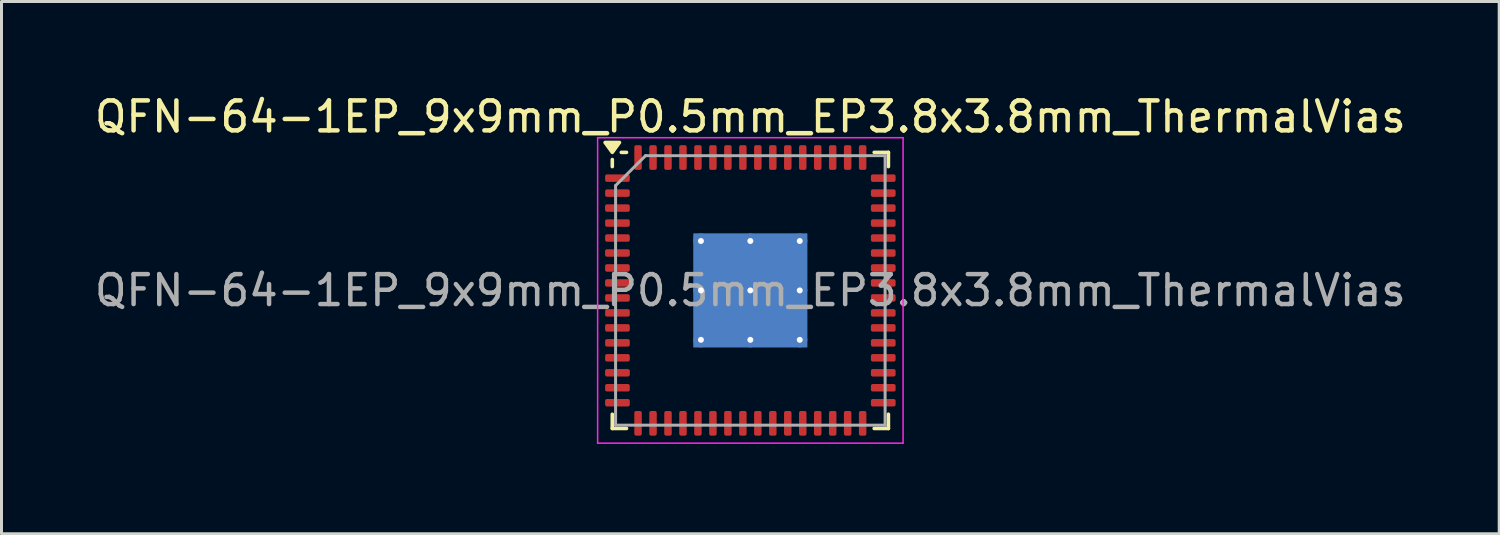
<source format=kicad_pcb>
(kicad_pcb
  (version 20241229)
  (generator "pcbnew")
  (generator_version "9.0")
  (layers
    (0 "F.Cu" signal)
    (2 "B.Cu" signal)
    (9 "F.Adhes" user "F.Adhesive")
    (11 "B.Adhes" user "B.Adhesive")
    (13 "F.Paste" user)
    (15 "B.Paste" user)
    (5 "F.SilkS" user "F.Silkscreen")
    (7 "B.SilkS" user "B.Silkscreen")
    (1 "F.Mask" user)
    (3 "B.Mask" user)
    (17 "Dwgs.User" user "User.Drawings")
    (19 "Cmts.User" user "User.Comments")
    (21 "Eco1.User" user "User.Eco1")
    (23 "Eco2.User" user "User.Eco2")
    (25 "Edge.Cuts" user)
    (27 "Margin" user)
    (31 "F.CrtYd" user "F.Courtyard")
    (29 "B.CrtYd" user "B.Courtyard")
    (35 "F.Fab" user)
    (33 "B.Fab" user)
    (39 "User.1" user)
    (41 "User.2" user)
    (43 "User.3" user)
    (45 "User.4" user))
  (footprint "QFN-64-1EP_9x9mm_P0.5mm_EP3.8x3.8mm_ThermalVias"
    (layer "F.Cu")
    (at 22.006 6.648)
    (property "Reference" "QFN-64-1EP_9x9mm_P0.5mm_EP3.8x3.8mm_ThermalVias" (at 0 -5.8 0) (layer "F.SilkS") (effects (font (size 1 1) (thickness 0.15))))
    (attr smd)
    (fp_line (start -4.61 -4.135) (end -4.61 -4.37) (stroke (width 0.12) (type solid)) (layer "F.SilkS"))
    (fp_line (start -4.61 4.61) (end -4.61 4.135) (stroke (width 0.12) (type solid)) (layer "F.SilkS"))
    (fp_line (start -4.135 -4.61) (end -4.31 -4.61) (stroke (width 0.12) (type solid)) (layer "F.SilkS"))
    (fp_line (start -4.135 4.61) (end -4.61 4.61) (stroke (width 0.12) (type solid)) (layer "F.SilkS"))
    (fp_line (start 4.135 -4.61) (end 4.61 -4.61) (stroke (width 0.12) (type solid)) (layer "F.SilkS"))
    (fp_line (start 4.135 4.61) (end 4.61 4.61) (stroke (width 0.12) (type solid)) (layer "F.SilkS"))
    (fp_line (start 4.61 -4.61) (end 4.61 -4.135) (stroke (width 0.12) (type solid)) (layer "F.SilkS"))
    (fp_line (start 4.61 4.61) (end 4.61 4.135) (stroke (width 0.12) (type solid)) (layer "F.SilkS"))
    (fp_poly (pts (xy -4.61 -4.61) (xy -4.85 -4.94) (xy -4.37 -4.94) (xy -4.61 -4.61)) (stroke (width 0.12) (type solid)) (fill yes) (layer "F.SilkS"))
    (fp_line (start -5.1 -5.1) (end -5.1 5.1) (stroke (width 0.05) (type solid)) (layer "F.CrtYd"))
    (fp_line (start -5.1 5.1) (end 5.1 5.1) (stroke (width 0.05) (type solid)) (layer "F.CrtYd"))
    (fp_line (start 5.1 -5.1) (end -5.1 -5.1) (stroke (width 0.05) (type solid)) (layer "F.CrtYd"))
    (fp_line (start 5.1 5.1) (end 5.1 -5.1) (stroke (width 0.05) (type solid)) (layer "F.CrtYd"))
    (fp_line (start -4.5 -3.5) (end -3.5 -4.5) (stroke (width 0.1) (type solid)) (layer "F.Fab"))
    (fp_line (start -4.5 4.5) (end -4.5 -3.5) (stroke (width 0.1) (type solid)) (layer "F.Fab"))
    (fp_line (start -3.5 -4.5) (end 4.5 -4.5) (stroke (width 0.1) (type solid)) (layer "F.Fab"))
    (fp_line (start 4.5 -4.5) (end 4.5 4.5) (stroke (width 0.1) (type solid)) (layer "F.Fab"))
    (fp_line (start 4.5 4.5) (end -4.5 4.5) (stroke (width 0.1) (type solid)) (layer "F.Fab"))
    (fp_text user "${REFERENCE}" (at 0 0 0) (layer "F.Fab") (effects (font (size 1 1) (thickness 0.15))))
    (pad "" smd custom (at -0.825 -0.825) (size 1.415 1.415) (layers "F.Paste") (options (anchor circle)) (primitives (gr_poly (pts (xy -0.649 -0.553) (xy -0.553 -0.649) (xy 0.553 -0.649) (xy 0.649 -0.553) (xy 0.649 0.553) (xy 0.553 0.649) (xy -0.553 0.649) (xy -0.649 0.553)) (width 0.233) (fill yes))))
    (pad "" smd custom (at -0.825 0.825) (size 1.415 1.415) (layers "F.Paste") (options (anchor circle)) (primitives (gr_poly (pts (xy -0.649 -0.553) (xy -0.553 -0.649) (xy 0.553 -0.649) (xy 0.649 -0.553) (xy 0.649 0.553) (xy 0.553 0.649) (xy -0.553 0.649) (xy -0.649 0.553)) (width 0.233) (fill yes))))
    (pad "" smd custom (at 0.825 -0.825) (size 1.415 1.415) (layers "F.Paste") (options (anchor circle)) (primitives (gr_poly (pts (xy -0.649 -0.553) (xy -0.553 -0.649) (xy 0.553 -0.649) (xy 0.649 -0.553) (xy 0.649 0.553) (xy 0.553 0.649) (xy -0.553 0.649) (xy -0.649 0.553)) (width 0.233) (fill yes))))
    (pad "" smd custom (at 0.825 0.825) (size 1.415 1.415) (layers "F.Paste") (options (anchor circle)) (primitives (gr_poly (pts (xy -0.649 -0.553) (xy -0.553 -0.649) (xy 0.553 -0.649) (xy 0.649 -0.553) (xy 0.649 0.553) (xy 0.553 0.649) (xy -0.553 0.649) (xy -0.649 0.553)) (width 0.233) (fill yes))))
    (pad "1" smd roundrect (at -4.438 -3.75) (size 0.825 0.25) (layers "F.Cu" "F.Mask" "F.Paste") (roundrect_rratio 0.25))
    (pad "2" smd roundrect (at -4.438 -3.25) (size 0.825 0.25) (layers "F.Cu" "F.Mask" "F.Paste") (roundrect_rratio 0.25))
    (pad "3" smd roundrect (at -4.438 -2.75) (size 0.825 0.25) (layers "F.Cu" "F.Mask" "F.Paste") (roundrect_rratio 0.25))
    (pad "4" smd roundrect (at -4.438 -2.25) (size 0.825 0.25) (layers "F.Cu" "F.Mask" "F.Paste") (roundrect_rratio 0.25))
    (pad "5" smd roundrect (at -4.438 -1.75) (size 0.825 0.25) (layers "F.Cu" "F.Mask" "F.Paste") (roundrect_rratio 0.25))
    (pad "6" smd roundrect (at -4.438 -1.25) (size 0.825 0.25) (layers "F.Cu" "F.Mask" "F.Paste") (roundrect_rratio 0.25))
    (pad "7" smd roundrect (at -4.438 -0.75) (size 0.825 0.25) (layers "F.Cu" "F.Mask" "F.Paste") (roundrect_rratio 0.25))
    (pad "8" smd roundrect (at -4.438 -0.25) (size 0.825 0.25) (layers "F.Cu" "F.Mask" "F.Paste") (roundrect_rratio 0.25))
    (pad "9" smd roundrect (at -4.438 0.25) (size 0.825 0.25) (layers "F.Cu" "F.Mask" "F.Paste") (roundrect_rratio 0.25))
    (pad "10" smd roundrect (at -4.438 0.75) (size 0.825 0.25) (layers "F.Cu" "F.Mask" "F.Paste") (roundrect_rratio 0.25))
    (pad "11" smd roundrect (at -4.438 1.25) (size 0.825 0.25) (layers "F.Cu" "F.Mask" "F.Paste") (roundrect_rratio 0.25))
    (pad "12" smd roundrect (at -4.438 1.75) (size 0.825 0.25) (layers "F.Cu" "F.Mask" "F.Paste") (roundrect_rratio 0.25))
    (pad "13" smd roundrect (at -4.438 2.25) (size 0.825 0.25) (layers "F.Cu" "F.Mask" "F.Paste") (roundrect_rratio 0.25))
    (pad "14" smd roundrect (at -4.438 2.75) (size 0.825 0.25) (layers "F.Cu" "F.Mask" "F.Paste") (roundrect_rratio 0.25))
    (pad "15" smd roundrect (at -4.438 3.25) (size 0.825 0.25) (layers "F.Cu" "F.Mask" "F.Paste") (roundrect_rratio 0.25))
    (pad "16" smd roundrect (at -4.438 3.75) (size 0.825 0.25) (layers "F.Cu" "F.Mask" "F.Paste") (roundrect_rratio 0.25))
    (pad "17" smd roundrect (at -3.75 4.438) (size 0.25 0.825) (layers "F.Cu" "F.Mask" "F.Paste") (roundrect_rratio 0.25))
    (pad "18" smd roundrect (at -3.25 4.438) (size 0.25 0.825) (layers "F.Cu" "F.Mask" "F.Paste") (roundrect_rratio 0.25))
    (pad "19" smd roundrect (at -2.75 4.438) (size 0.25 0.825) (layers "F.Cu" "F.Mask" "F.Paste") (roundrect_rratio 0.25))
    (pad "20" smd roundrect (at -2.25 4.438) (size 0.25 0.825) (layers "F.Cu" "F.Mask" "F.Paste") (roundrect_rratio 0.25))
    (pad "21" smd roundrect (at -1.75 4.438) (size 0.25 0.825) (layers "F.Cu" "F.Mask" "F.Paste") (roundrect_rratio 0.25))
    (pad "22" smd roundrect (at -1.25 4.438) (size 0.25 0.825) (layers "F.Cu" "F.Mask" "F.Paste") (roundrect_rratio 0.25))
    (pad "23" smd roundrect (at -0.75 4.438) (size 0.25 0.825) (layers "F.Cu" "F.Mask" "F.Paste") (roundrect_rratio 0.25))
    (pad "24" smd roundrect (at -0.25 4.438) (size 0.25 0.825) (layers "F.Cu" "F.Mask" "F.Paste") (roundrect_rratio 0.25))
    (pad "25" smd roundrect (at 0.25 4.438) (size 0.25 0.825) (layers "F.Cu" "F.Mask" "F.Paste") (roundrect_rratio 0.25))
    (pad "26" smd roundrect (at 0.75 4.438) (size 0.25 0.825) (layers "F.Cu" "F.Mask" "F.Paste") (roundrect_rratio 0.25))
    (pad "27" smd roundrect (at 1.25 4.438) (size 0.25 0.825) (layers "F.Cu" "F.Mask" "F.Paste") (roundrect_rratio 0.25))
    (pad "28" smd roundrect (at 1.75 4.438) (size 0.25 0.825) (layers "F.Cu" "F.Mask" "F.Paste") (roundrect_rratio 0.25))
    (pad "29" smd roundrect (at 2.25 4.438) (size 0.25 0.825) (layers "F.Cu" "F.Mask" "F.Paste") (roundrect_rratio 0.25))
    (pad "30" smd roundrect (at 2.75 4.438) (size 0.25 0.825) (layers "F.Cu" "F.Mask" "F.Paste") (roundrect_rratio 0.25))
    (pad "31" smd roundrect (at 3.25 4.438) (size 0.25 0.825) (layers "F.Cu" "F.Mask" "F.Paste") (roundrect_rratio 0.25))
    (pad "32" smd roundrect (at 3.75 4.438) (size 0.25 0.825) (layers "F.Cu" "F.Mask" "F.Paste") (roundrect_rratio 0.25))
    (pad "33" smd roundrect (at 4.438 3.75) (size 0.825 0.25) (layers "F.Cu" "F.Mask" "F.Paste") (roundrect_rratio 0.25))
    (pad "34" smd roundrect (at 4.438 3.25) (size 0.825 0.25) (layers "F.Cu" "F.Mask" "F.Paste") (roundrect_rratio 0.25))
    (pad "35" smd roundrect (at 4.438 2.75) (size 0.825 0.25) (layers "F.Cu" "F.Mask" "F.Paste") (roundrect_rratio 0.25))
    (pad "36" smd roundrect (at 4.438 2.25) (size 0.825 0.25) (layers "F.Cu" "F.Mask" "F.Paste") (roundrect_rratio 0.25))
    (pad "37" smd roundrect (at 4.438 1.75) (size 0.825 0.25) (layers "F.Cu" "F.Mask" "F.Paste") (roundrect_rratio 0.25))
    (pad "38" smd roundrect (at 4.438 1.25) (size 0.825 0.25) (layers "F.Cu" "F.Mask" "F.Paste") (roundrect_rratio 0.25))
    (pad "39" smd roundrect (at 4.438 0.75) (size 0.825 0.25) (layers "F.Cu" "F.Mask" "F.Paste") (roundrect_rratio 0.25))
    (pad "40" smd roundrect (at 4.438 0.25) (size 0.825 0.25) (layers "F.Cu" "F.Mask" "F.Paste") (roundrect_rratio 0.25))
    (pad "41" smd roundrect (at 4.438 -0.25) (size 0.825 0.25) (layers "F.Cu" "F.Mask" "F.Paste") (roundrect_rratio 0.25))
    (pad "42" smd roundrect (at 4.438 -0.75) (size 0.825 0.25) (layers "F.Cu" "F.Mask" "F.Paste") (roundrect_rratio 0.25))
    (pad "43" smd roundrect (at 4.438 -1.25) (size 0.825 0.25) (layers "F.Cu" "F.Mask" "F.Paste") (roundrect_rratio 0.25))
    (pad "44" smd roundrect (at 4.438 -1.75) (size 0.825 0.25) (layers "F.Cu" "F.Mask" "F.Paste") (roundrect_rratio 0.25))
    (pad "45" smd roundrect (at 4.438 -2.25) (size 0.825 0.25) (layers "F.Cu" "F.Mask" "F.Paste") (roundrect_rratio 0.25))
    (pad "46" smd roundrect (at 4.438 -2.75) (size 0.825 0.25) (layers "F.Cu" "F.Mask" "F.Paste") (roundrect_rratio 0.25))
    (pad "47" smd roundrect (at 4.438 -3.25) (size 0.825 0.25) (layers "F.Cu" "F.Mask" "F.Paste") (roundrect_rratio 0.25))
    (pad "48" smd roundrect (at 4.438 -3.75) (size 0.825 0.25) (layers "F.Cu" "F.Mask" "F.Paste") (roundrect_rratio 0.25))
    (pad "49" smd roundrect (at 3.75 -4.438) (size 0.25 0.825) (layers "F.Cu" "F.Mask" "F.Paste") (roundrect_rratio 0.25))
    (pad "50" smd roundrect (at 3.25 -4.438) (size 0.25 0.825) (layers "F.Cu" "F.Mask" "F.Paste") (roundrect_rratio 0.25))
    (pad "51" smd roundrect (at 2.75 -4.438) (size 0.25 0.825) (layers "F.Cu" "F.Mask" "F.Paste") (roundrect_rratio 0.25))
    (pad "52" smd roundrect (at 2.25 -4.438) (size 0.25 0.825) (layers "F.Cu" "F.Mask" "F.Paste") (roundrect_rratio 0.25))
    (pad "53" smd roundrect (at 1.75 -4.438) (size 0.25 0.825) (layers "F.Cu" "F.Mask" "F.Paste") (roundrect_rratio 0.25))
    (pad "54" smd roundrect (at 1.25 -4.438) (size 0.25 0.825) (layers "F.Cu" "F.Mask" "F.Paste") (roundrect_rratio 0.25))
    (pad "55" smd roundrect (at 0.75 -4.438) (size 0.25 0.825) (layers "F.Cu" "F.Mask" "F.Paste") (roundrect_rratio 0.25))
    (pad "56" smd roundrect (at 0.25 -4.438) (size 0.25 0.825) (layers "F.Cu" "F.Mask" "F.Paste") (roundrect_rratio 0.25))
    (pad "57" smd roundrect (at -0.25 -4.438) (size 0.25 0.825) (layers "F.Cu" "F.Mask" "F.Paste") (roundrect_rratio 0.25))
    (pad "58" smd roundrect (at -0.75 -4.438) (size 0.25 0.825) (layers "F.Cu" "F.Mask" "F.Paste") (roundrect_rratio 0.25))
    (pad "59" smd roundrect (at -1.25 -4.438) (size 0.25 0.825) (layers "F.Cu" "F.Mask" "F.Paste") (roundrect_rratio 0.25))
    (pad "60" smd roundrect (at -1.75 -4.438) (size 0.25 0.825) (layers "F.Cu" "F.Mask" "F.Paste") (roundrect_rratio 0.25))
    (pad "61" smd roundrect (at -2.25 -4.438) (size 0.25 0.825) (layers "F.Cu" "F.Mask" "F.Paste") (roundrect_rratio 0.25))
    (pad "62" smd roundrect (at -2.75 -4.438) (size 0.25 0.825) (layers "F.Cu" "F.Mask" "F.Paste") (roundrect_rratio 0.25))
    (pad "63" smd roundrect (at -3.25 -4.438) (size 0.25 0.825) (layers "F.Cu" "F.Mask" "F.Paste") (roundrect_rratio 0.25))
    (pad "64" smd roundrect (at -3.75 -4.438) (size 0.25 0.825) (layers "F.Cu" "F.Mask" "F.Paste") (roundrect_rratio 0.25))
    (pad "65" thru_hole circle (at -1.65 -1.65) (size 0.5 0.5) (drill 0.2) (property pad_prop_heatsink) (layers "*.Cu"))
    (pad "65" thru_hole circle (at -1.65 0) (size 0.5 0.5) (drill 0.2) (property pad_prop_heatsink) (layers "*.Cu"))
    (pad "65" thru_hole circle (at -1.65 1.65) (size 0.5 0.5) (drill 0.2) (property pad_prop_heatsink) (layers "*.Cu"))
    (pad "65" thru_hole circle (at 0 -1.65) (size 0.5 0.5) (drill 0.2) (property pad_prop_heatsink) (layers "*.Cu"))
    (pad "65" thru_hole circle (at 0 0) (size 0.5 0.5) (drill 0.2) (property pad_prop_heatsink) (layers "*.Cu"))
    (pad "65" smd rect (at 0 0) (size 3.8 3.8) (property pad_prop_heatsink) (layers "F.Cu" "F.Mask"))
    (pad "65" smd rect (at 0 0) (size 3.8 3.8) (property pad_prop_heatsink) (layers "B.Cu"))
    (pad "65" thru_hole circle (at 0 1.65) (size 0.5 0.5) (drill 0.2) (property pad_prop_heatsink) (layers "*.Cu"))
    (pad "65" thru_hole circle (at 1.65 -1.65) (size 0.5 0.5) (drill 0.2) (property pad_prop_heatsink) (layers "*.Cu"))
    (pad "65" thru_hole circle (at 1.65 0) (size 0.5 0.5) (drill 0.2) (property pad_prop_heatsink) (layers "*.Cu"))
    (pad "65" thru_hole circle (at 1.65 1.65) (size 0.5 0.5) (drill 0.2) (property pad_prop_heatsink) (layers "*.Cu")))
  (gr_rect
    (start -3 -3)
    (end 47.012 14.773)
    (stroke (width 0.1) (type default))
    (fill no)
    (layer "Edge.Cuts")))
</source>
